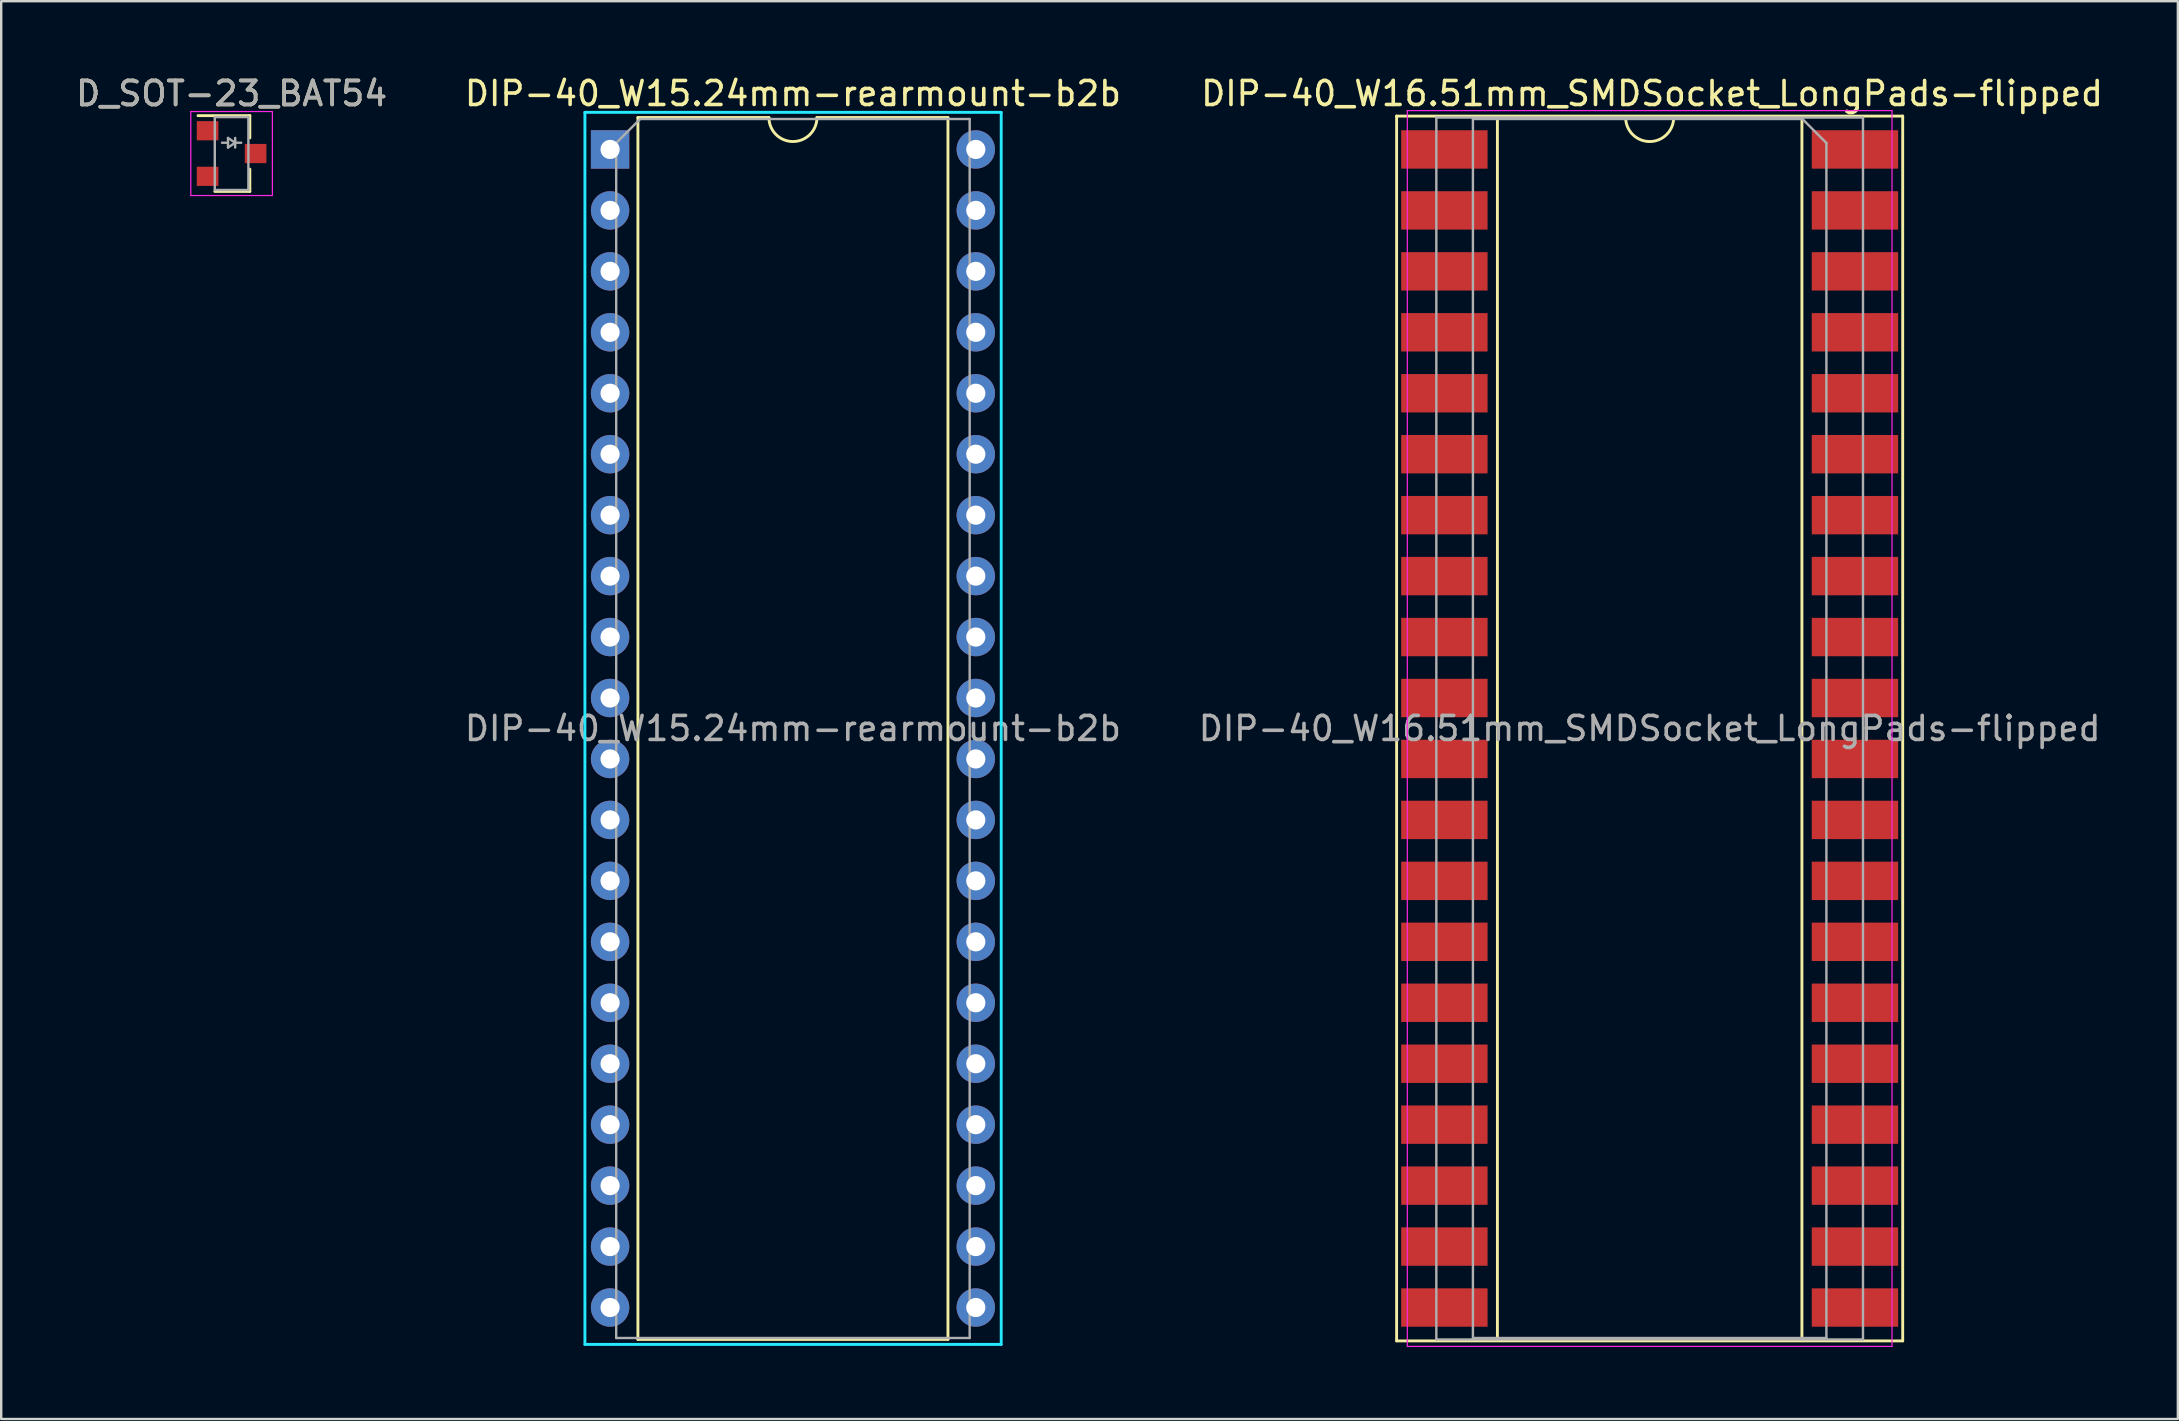
<source format=kicad_pcb>
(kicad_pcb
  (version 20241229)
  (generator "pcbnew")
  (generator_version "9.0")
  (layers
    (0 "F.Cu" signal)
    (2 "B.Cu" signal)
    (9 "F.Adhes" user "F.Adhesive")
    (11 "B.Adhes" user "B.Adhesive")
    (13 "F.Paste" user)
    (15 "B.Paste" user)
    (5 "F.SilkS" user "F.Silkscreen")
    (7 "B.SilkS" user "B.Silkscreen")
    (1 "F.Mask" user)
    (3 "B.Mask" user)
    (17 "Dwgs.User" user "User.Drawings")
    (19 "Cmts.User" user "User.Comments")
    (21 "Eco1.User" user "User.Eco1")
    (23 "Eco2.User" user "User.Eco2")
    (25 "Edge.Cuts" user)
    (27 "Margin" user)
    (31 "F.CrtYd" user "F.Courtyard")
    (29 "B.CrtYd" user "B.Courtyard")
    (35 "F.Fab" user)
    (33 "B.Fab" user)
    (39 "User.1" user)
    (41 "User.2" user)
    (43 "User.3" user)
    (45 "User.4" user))
  (footprint "DIP-40_W15.24mm-rearmount-b2b"
    (layer "F.Cu")
    (at 22.374 3.178)
    (property "Reference" "DIP-40_W15.24mm-rearmount-b2b" (at 7.62 -2.33 0) (layer "F.SilkS") (effects (font (size 1 1) (thickness 0.15))))
    (attr through_hole)
    (fp_line (start 1.16 -1.33) (end 1.16 49.59) (stroke (width 0.12) (type solid)) (layer "F.SilkS"))
    (fp_line (start 1.16 49.59) (end 14.08 49.59) (stroke (width 0.12) (type solid)) (layer "F.SilkS"))
    (fp_line (start 6.62 -1.33) (end 1.16 -1.33) (stroke (width 0.12) (type solid)) (layer "F.SilkS"))
    (fp_line (start 14.08 -1.33) (end 8.62 -1.33) (stroke (width 0.12) (type solid)) (layer "F.SilkS"))
    (fp_line (start 14.08 49.59) (end 14.08 -1.33) (stroke (width 0.12) (type solid)) (layer "F.SilkS"))
    (fp_arc (start 8.62 -1.33) (mid 7.62 -0.33) (end 6.62 -1.33) (stroke (width 0.12) (type solid)) (layer "F.SilkS"))
    (fp_line (start -1.049 -1.547) (end -1.049 49.797) (stroke (width 0.12) (type solid)) (layer "B.CrtYd"))
    (fp_line (start -1.049 49.797) (end 16.299 49.797) (stroke (width 0.12) (type solid)) (layer "B.CrtYd"))
    (fp_line (start 16.297 -1.547) (end -1.049 -1.547) (stroke (width 0.12) (type solid)) (layer "B.CrtYd"))
    (fp_line (start 16.299 49.797) (end 16.299 -1.544) (stroke (width 0.12) (type solid)) (layer "B.CrtYd"))
    (fp_line (start 0.255 -0.27) (end 1.255 -1.27) (stroke (width 0.1) (type solid)) (layer "F.Fab"))
    (fp_line (start 0.255 49.53) (end 0.255 -0.27) (stroke (width 0.1) (type solid)) (layer "F.Fab"))
    (fp_line (start 1.255 -1.27) (end 14.985 -1.27) (stroke (width 0.1) (type solid)) (layer "F.Fab"))
    (fp_line (start 14.985 -1.27) (end 14.985 49.53) (stroke (width 0.1) (type solid)) (layer "F.Fab"))
    (fp_line (start 14.985 49.53) (end 0.255 49.53) (stroke (width 0.1) (type solid)) (layer "F.Fab"))
    (fp_text user "${REFERENCE}" (at 7.62 24.13 0) (layer "F.Fab") (effects (font (size 1 1) (thickness 0.15))))
    (pad "1" thru_hole rect (at 0 0) (size 1.6 1.6) (drill 0.8) (layers "*.Cu" "*.Mask"))
    (pad "2" thru_hole oval (at 0 2.54) (size 1.6 1.6) (drill 0.8) (layers "*.Cu" "*.Mask"))
    (pad "3" thru_hole oval (at 0 5.08) (size 1.6 1.6) (drill 0.8) (layers "*.Cu" "*.Mask"))
    (pad "4" thru_hole oval (at 0 7.62) (size 1.6 1.6) (drill 0.8) (layers "*.Cu" "*.Mask"))
    (pad "5" thru_hole oval (at 0 10.16) (size 1.6 1.6) (drill 0.8) (layers "*.Cu" "*.Mask"))
    (pad "6" thru_hole oval (at 0 12.7) (size 1.6 1.6) (drill 0.8) (layers "*.Cu" "*.Mask"))
    (pad "7" thru_hole oval (at 0 15.24) (size 1.6 1.6) (drill 0.8) (layers "*.Cu" "*.Mask"))
    (pad "8" thru_hole oval (at 0 17.78) (size 1.6 1.6) (drill 0.8) (layers "*.Cu" "*.Mask"))
    (pad "9" thru_hole oval (at 0 20.32) (size 1.6 1.6) (drill 0.8) (layers "*.Cu" "*.Mask"))
    (pad "10" thru_hole oval (at 0 22.86) (size 1.6 1.6) (drill 0.8) (layers "*.Cu" "*.Mask"))
    (pad "11" thru_hole oval (at 0 25.4) (size 1.6 1.6) (drill 0.8) (layers "*.Cu" "*.Mask"))
    (pad "12" thru_hole oval (at 0 27.94) (size 1.6 1.6) (drill 0.8) (layers "*.Cu" "*.Mask"))
    (pad "13" thru_hole oval (at 0 30.48) (size 1.6 1.6) (drill 0.8) (layers "*.Cu" "*.Mask"))
    (pad "14" thru_hole oval (at 0 33.02) (size 1.6 1.6) (drill 0.8) (layers "*.Cu" "*.Mask"))
    (pad "15" thru_hole oval (at 0 35.56) (size 1.6 1.6) (drill 0.8) (layers "*.Cu" "*.Mask"))
    (pad "16" thru_hole oval (at 0 38.1) (size 1.6 1.6) (drill 0.8) (layers "*.Cu" "*.Mask"))
    (pad "17" thru_hole oval (at 0 40.64) (size 1.6 1.6) (drill 0.8) (layers "*.Cu" "*.Mask"))
    (pad "18" thru_hole oval (at 0 43.18) (size 1.6 1.6) (drill 0.8) (layers "*.Cu" "*.Mask"))
    (pad "19" thru_hole oval (at 0 45.72) (size 1.6 1.6) (drill 0.8) (layers "*.Cu" "*.Mask"))
    (pad "20" thru_hole oval (at 0 48.26) (size 1.6 1.6) (drill 0.8) (layers "*.Cu" "*.Mask"))
    (pad "21" thru_hole oval (at 15.24 48.26) (size 1.6 1.6) (drill 0.8) (layers "*.Cu" "*.Mask"))
    (pad "22" thru_hole oval (at 15.24 45.72) (size 1.6 1.6) (drill 0.8) (layers "*.Cu" "*.Mask"))
    (pad "23" thru_hole oval (at 15.24 43.18) (size 1.6 1.6) (drill 0.8) (layers "*.Cu" "*.Mask"))
    (pad "24" thru_hole oval (at 15.24 40.64) (size 1.6 1.6) (drill 0.8) (layers "*.Cu" "*.Mask"))
    (pad "25" thru_hole oval (at 15.24 38.1) (size 1.6 1.6) (drill 0.8) (layers "*.Cu" "*.Mask"))
    (pad "26" thru_hole oval (at 15.24 35.56) (size 1.6 1.6) (drill 0.8) (layers "*.Cu" "*.Mask"))
    (pad "27" thru_hole oval (at 15.24 33.02) (size 1.6 1.6) (drill 0.8) (layers "*.Cu" "*.Mask"))
    (pad "28" thru_hole oval (at 15.24 30.48) (size 1.6 1.6) (drill 0.8) (layers "*.Cu" "*.Mask"))
    (pad "29" thru_hole oval (at 15.24 27.94) (size 1.6 1.6) (drill 0.8) (layers "*.Cu" "*.Mask"))
    (pad "30" thru_hole oval (at 15.24 25.4) (size 1.6 1.6) (drill 0.8) (layers "*.Cu" "*.Mask"))
    (pad "31" thru_hole oval (at 15.24 22.86) (size 1.6 1.6) (drill 0.8) (layers "*.Cu" "*.Mask"))
    (pad "32" thru_hole oval (at 15.24 20.32) (size 1.6 1.6) (drill 0.8) (layers "*.Cu" "*.Mask"))
    (pad "33" thru_hole oval (at 15.24 17.78) (size 1.6 1.6) (drill 0.8) (layers "*.Cu" "*.Mask"))
    (pad "34" thru_hole oval (at 15.24 15.24) (size 1.6 1.6) (drill 0.8) (layers "*.Cu" "*.Mask"))
    (pad "35" thru_hole oval (at 15.24 12.7) (size 1.6 1.6) (drill 0.8) (layers "*.Cu" "*.Mask"))
    (pad "36" thru_hole oval (at 15.24 10.16) (size 1.6 1.6) (drill 0.8) (layers "*.Cu" "*.Mask"))
    (pad "37" thru_hole oval (at 15.24 7.62) (size 1.6 1.6) (drill 0.8) (layers "*.Cu" "*.Mask"))
    (pad "38" thru_hole oval (at 15.24 5.08) (size 1.6 1.6) (drill 0.8) (layers "*.Cu" "*.Mask"))
    (pad "39" thru_hole oval (at 15.24 2.54) (size 1.6 1.6) (drill 0.8) (layers "*.Cu" "*.Mask"))
    (pad "40" thru_hole oval (at 15.24 0) (size 1.6 1.6) (drill 0.8) (layers "*.Cu" "*.Mask")))
  (footprint "D_SOT-23_BAT54"
    (layer "F.Cu")
    (at 6.601 3.348)
    (property "Reference" "D_SOT-23_BAT54" (at 0 -2.5 0) (layer "F.SilkS") (effects (font (size 1 1) (thickness 0.15))))
    (attr smd)
    (fp_line (start 0.76 -1.58) (end -1.4 -1.58) (stroke (width 0.12) (type solid)) (layer "F.SilkS"))
    (fp_line (start 0.76 -1.58) (end 0.76 -0.65) (stroke (width 0.12) (type solid)) (layer "F.SilkS"))
    (fp_line (start 0.76 1.58) (end -0.7 1.58) (stroke (width 0.12) (type solid)) (layer "F.SilkS"))
    (fp_line (start 0.76 1.58) (end 0.76 0.65) (stroke (width 0.12) (type solid)) (layer "F.SilkS"))
    (fp_line (start -1.7 -1.75) (end 1.7 -1.75) (stroke (width 0.05) (type solid)) (layer "F.CrtYd"))
    (fp_line (start -1.7 1.75) (end -1.7 -1.75) (stroke (width 0.05) (type solid)) (layer "F.CrtYd"))
    (fp_line (start 1.7 -1.75) (end 1.7 1.75) (stroke (width 0.05) (type solid)) (layer "F.CrtYd"))
    (fp_line (start 1.7 1.75) (end -1.7 1.75) (stroke (width 0.05) (type solid)) (layer "F.CrtYd"))
    (fp_line (start -0.7 -1.52) (end -0.7 1.52) (stroke (width 0.1) (type solid)) (layer "F.Fab"))
    (fp_line (start -0.7 -1.52) (end 0.7 -1.52) (stroke (width 0.1) (type solid)) (layer "F.Fab"))
    (fp_line (start -0.7 1.52) (end 0.7 1.52) (stroke (width 0.1) (type solid)) (layer "F.Fab"))
    (fp_line (start -0.15 -0.65) (end -0.15 -0.25) (stroke (width 0.1) (type solid)) (layer "F.Fab"))
    (fp_line (start -0.15 -0.45) (end -0.4 -0.45) (stroke (width 0.1) (type solid)) (layer "F.Fab"))
    (fp_line (start -0.15 -0.25) (end 0.15 -0.45) (stroke (width 0.1) (type solid)) (layer "F.Fab"))
    (fp_line (start 0.15 -0.65) (end 0.15 -0.25) (stroke (width 0.1) (type solid)) (layer "F.Fab"))
    (fp_line (start 0.15 -0.45) (end -0.15 -0.65) (stroke (width 0.1) (type solid)) (layer "F.Fab"))
    (fp_line (start 0.15 -0.45) (end 0.4 -0.45) (stroke (width 0.1) (type solid)) (layer "F.Fab"))
    (fp_line (start 0.7 -1.52) (end 0.7 1.52) (stroke (width 0.1) (type solid)) (layer "F.Fab"))
    (fp_text user "${REFERENCE}" (at 0 -2.5 0) (layer "F.Fab") (effects (font (size 1 1) (thickness 0.15))))
    (pad "" smd rect (at -1 0.95) (size 0.9 0.8) (layers "F.Cu" "F.Mask" "F.Paste"))
    (pad "1" smd rect (at -1 -0.95) (size 0.9 0.8) (layers "F.Cu" "F.Mask" "F.Paste"))
    (pad "2" smd rect (at 1 0) (size 0.9 0.8) (layers "F.Cu" "F.Mask" "F.Paste")))
  (footprint "DIP-40_W16.51mm_SMDSocket_LongPads-flipped"
    (layer "F.Cu")
    (at 65.696 27.408)
    (property "Reference" "DIP-40_W16.51mm_SMDSocket_LongPads-flipped" (at 0.1 -26.56 0) (layer "F.SilkS") (effects (font (size 1 1) (thickness 0.15))))
    (attr smd)
    (fp_line (start -10.545 -25.62) (end 10.545 -25.62) (stroke (width 0.12) (type solid)) (layer "F.SilkS"))
    (fp_line (start -10.545 25.42) (end -10.545 -25.62) (stroke (width 0.12) (type solid)) (layer "F.SilkS"))
    (fp_line (start -6.345 -25.56) (end -1 -25.56) (stroke (width 0.12) (type solid)) (layer "F.SilkS"))
    (fp_line (start -6.345 25.36) (end -6.345 -25.56) (stroke (width 0.12) (type solid)) (layer "F.SilkS"))
    (fp_line (start 1 -25.56) (end 6.345 -25.56) (stroke (width 0.12) (type solid)) (layer "F.SilkS"))
    (fp_line (start 6.345 -25.56) (end 6.345 25.36) (stroke (width 0.12) (type solid)) (layer "F.SilkS"))
    (fp_line (start 6.345 25.36) (end -6.345 25.36) (stroke (width 0.12) (type solid)) (layer "F.SilkS"))
    (fp_line (start 10.545 -25.62) (end 10.545 25.42) (stroke (width 0.12) (type solid)) (layer "F.SilkS"))
    (fp_line (start 10.545 25.42) (end -10.545 25.42) (stroke (width 0.12) (type solid)) (layer "F.SilkS"))
    (fp_arc (start 1 -25.56) (mid 0 -24.56) (end -1 -25.56) (stroke (width 0.12) (type solid)) (layer "F.SilkS"))
    (fp_line (start -10.1 -25.85) (end 10.1 -25.85) (stroke (width 0.05) (type solid)) (layer "F.CrtYd"))
    (fp_line (start -10.1 25.65) (end -10.1 -25.85) (stroke (width 0.05) (type solid)) (layer "F.CrtYd"))
    (fp_line (start 10.1 -25.85) (end 10.1 25.65) (stroke (width 0.05) (type solid)) (layer "F.CrtYd"))
    (fp_line (start 10.1 25.65) (end -10.1 25.65) (stroke (width 0.05) (type solid)) (layer "F.CrtYd"))
    (fp_line (start -8.89 -25.56) (end 8.89 -25.56) (stroke (width 0.1) (type solid)) (layer "F.Fab"))
    (fp_line (start -8.89 25.36) (end -8.89 -25.56) (stroke (width 0.1) (type solid)) (layer "F.Fab"))
    (fp_line (start -7.365 -25.5) (end -7.365 25.3) (stroke (width 0.1) (type solid)) (layer "F.Fab"))
    (fp_line (start -7.365 25.3) (end 7.365 25.3) (stroke (width 0.1) (type solid)) (layer "F.Fab"))
    (fp_line (start 6.365 -25.5) (end -7.365 -25.5) (stroke (width 0.1) (type solid)) (layer "F.Fab"))
    (fp_line (start 7.365 -24.5) (end 6.365 -25.5) (stroke (width 0.1) (type solid)) (layer "F.Fab"))
    (fp_line (start 7.365 25.3) (end 7.365 -24.5) (stroke (width 0.1) (type solid)) (layer "F.Fab"))
    (fp_line (start 8.89 -25.56) (end 8.89 25.36) (stroke (width 0.1) (type solid)) (layer "F.Fab"))
    (fp_line (start 8.89 25.36) (end -8.89 25.36) (stroke (width 0.1) (type solid)) (layer "F.Fab"))
    (fp_text user "${REFERENCE}" (at 0 -0.1 0) (layer "F.Fab") (effects (font (size 1 1) (thickness 0.15))))
    (pad "1" smd rect (at 8.555 -24.23) (size 3.6 1.6) (layers "F.Cu" "F.Mask" "F.Paste"))
    (pad "2" smd rect (at 8.555 -21.69) (size 3.6 1.6) (layers "F.Cu" "F.Mask" "F.Paste"))
    (pad "3" smd rect (at 8.555 -19.15) (size 3.6 1.6) (layers "F.Cu" "F.Mask" "F.Paste"))
    (pad "4" smd rect (at 8.555 -16.61) (size 3.6 1.6) (layers "F.Cu" "F.Mask" "F.Paste"))
    (pad "5" smd rect (at 8.555 -14.07) (size 3.6 1.6) (layers "F.Cu" "F.Mask" "F.Paste"))
    (pad "6" smd rect (at 8.555 -11.53) (size 3.6 1.6) (layers "F.Cu" "F.Mask" "F.Paste"))
    (pad "7" smd rect (at 8.555 -8.99) (size 3.6 1.6) (layers "F.Cu" "F.Mask" "F.Paste"))
    (pad "8" smd rect (at 8.555 -6.45) (size 3.6 1.6) (layers "F.Cu" "F.Mask" "F.Paste"))
    (pad "9" smd rect (at 8.555 -3.91) (size 3.6 1.6) (layers "F.Cu" "F.Mask" "F.Paste"))
    (pad "10" smd rect (at 8.555 -1.37) (size 3.6 1.6) (layers "F.Cu" "F.Mask" "F.Paste"))
    (pad "11" smd rect (at 8.555 1.17) (size 3.6 1.6) (layers "F.Cu" "F.Mask" "F.Paste"))
    (pad "12" smd rect (at 8.555 3.71) (size 3.6 1.6) (layers "F.Cu" "F.Mask" "F.Paste"))
    (pad "13" smd rect (at 8.555 6.25) (size 3.6 1.6) (layers "F.Cu" "F.Mask" "F.Paste"))
    (pad "14" smd rect (at 8.555 8.79) (size 3.6 1.6) (layers "F.Cu" "F.Mask" "F.Paste"))
    (pad "15" smd rect (at 8.555 11.33) (size 3.6 1.6) (layers "F.Cu" "F.Mask" "F.Paste"))
    (pad "16" smd rect (at 8.555 13.87) (size 3.6 1.6) (layers "F.Cu" "F.Mask" "F.Paste"))
    (pad "17" smd rect (at 8.555 16.41) (size 3.6 1.6) (layers "F.Cu" "F.Mask" "F.Paste"))
    (pad "18" smd rect (at 8.555 18.95) (size 3.6 1.6) (layers "F.Cu" "F.Mask" "F.Paste"))
    (pad "19" smd rect (at 8.555 21.49) (size 3.6 1.6) (layers "F.Cu" "F.Mask" "F.Paste"))
    (pad "20" smd rect (at 8.555 24.03) (size 3.6 1.6) (layers "F.Cu" "F.Mask" "F.Paste"))
    (pad "21" smd rect (at -8.555 24.03) (size 3.6 1.6) (layers "F.Cu" "F.Mask" "F.Paste"))
    (pad "22" smd rect (at -8.555 21.49) (size 3.6 1.6) (layers "F.Cu" "F.Mask" "F.Paste"))
    (pad "23" smd rect (at -8.555 18.95) (size 3.6 1.6) (layers "F.Cu" "F.Mask" "F.Paste"))
    (pad "24" smd rect (at -8.555 16.41) (size 3.6 1.6) (layers "F.Cu" "F.Mask" "F.Paste"))
    (pad "25" smd rect (at -8.555 13.87) (size 3.6 1.6) (layers "F.Cu" "F.Mask" "F.Paste"))
    (pad "26" smd rect (at -8.555 11.33) (size 3.6 1.6) (layers "F.Cu" "F.Mask" "F.Paste"))
    (pad "27" smd rect (at -8.555 8.79) (size 3.6 1.6) (layers "F.Cu" "F.Mask" "F.Paste"))
    (pad "28" smd rect (at -8.555 6.25) (size 3.6 1.6) (layers "F.Cu" "F.Mask" "F.Paste"))
    (pad "29" smd rect (at -8.555 3.71) (size 3.6 1.6) (layers "F.Cu" "F.Mask" "F.Paste"))
    (pad "30" smd rect (at -8.555 1.17) (size 3.6 1.6) (layers "F.Cu" "F.Mask" "F.Paste"))
    (pad "31" smd rect (at -8.555 -1.37) (size 3.6 1.6) (layers "F.Cu" "F.Mask" "F.Paste"))
    (pad "32" smd rect (at -8.555 -3.91) (size 3.6 1.6) (layers "F.Cu" "F.Mask" "F.Paste"))
    (pad "33" smd rect (at -8.555 -6.45) (size 3.6 1.6) (layers "F.Cu" "F.Mask" "F.Paste"))
    (pad "34" smd rect (at -8.555 -8.99) (size 3.6 1.6) (layers "F.Cu" "F.Mask" "F.Paste"))
    (pad "35" smd rect (at -8.555 -11.53) (size 3.6 1.6) (layers "F.Cu" "F.Mask" "F.Paste"))
    (pad "36" smd rect (at -8.555 -14.07) (size 3.6 1.6) (layers "F.Cu" "F.Mask" "F.Paste"))
    (pad "37" smd rect (at -8.555 -16.61) (size 3.6 1.6) (layers "F.Cu" "F.Mask" "F.Paste"))
    (pad "38" smd rect (at -8.555 -19.15) (size 3.6 1.6) (layers "F.Cu" "F.Mask" "F.Paste"))
    (pad "39" smd rect (at -8.555 -21.69) (size 3.6 1.6) (layers "F.Cu" "F.Mask" "F.Paste"))
    (pad "40" smd rect (at -8.555 -24.23) (size 3.6 1.6) (layers "F.Cu" "F.Mask" "F.Paste")))
  (gr_rect
    (start -3 -3)
    (end 87.707 56.083)
    (stroke (width 0.1) (type default))
    (fill no)
    (layer "Edge.Cuts")))
</source>
